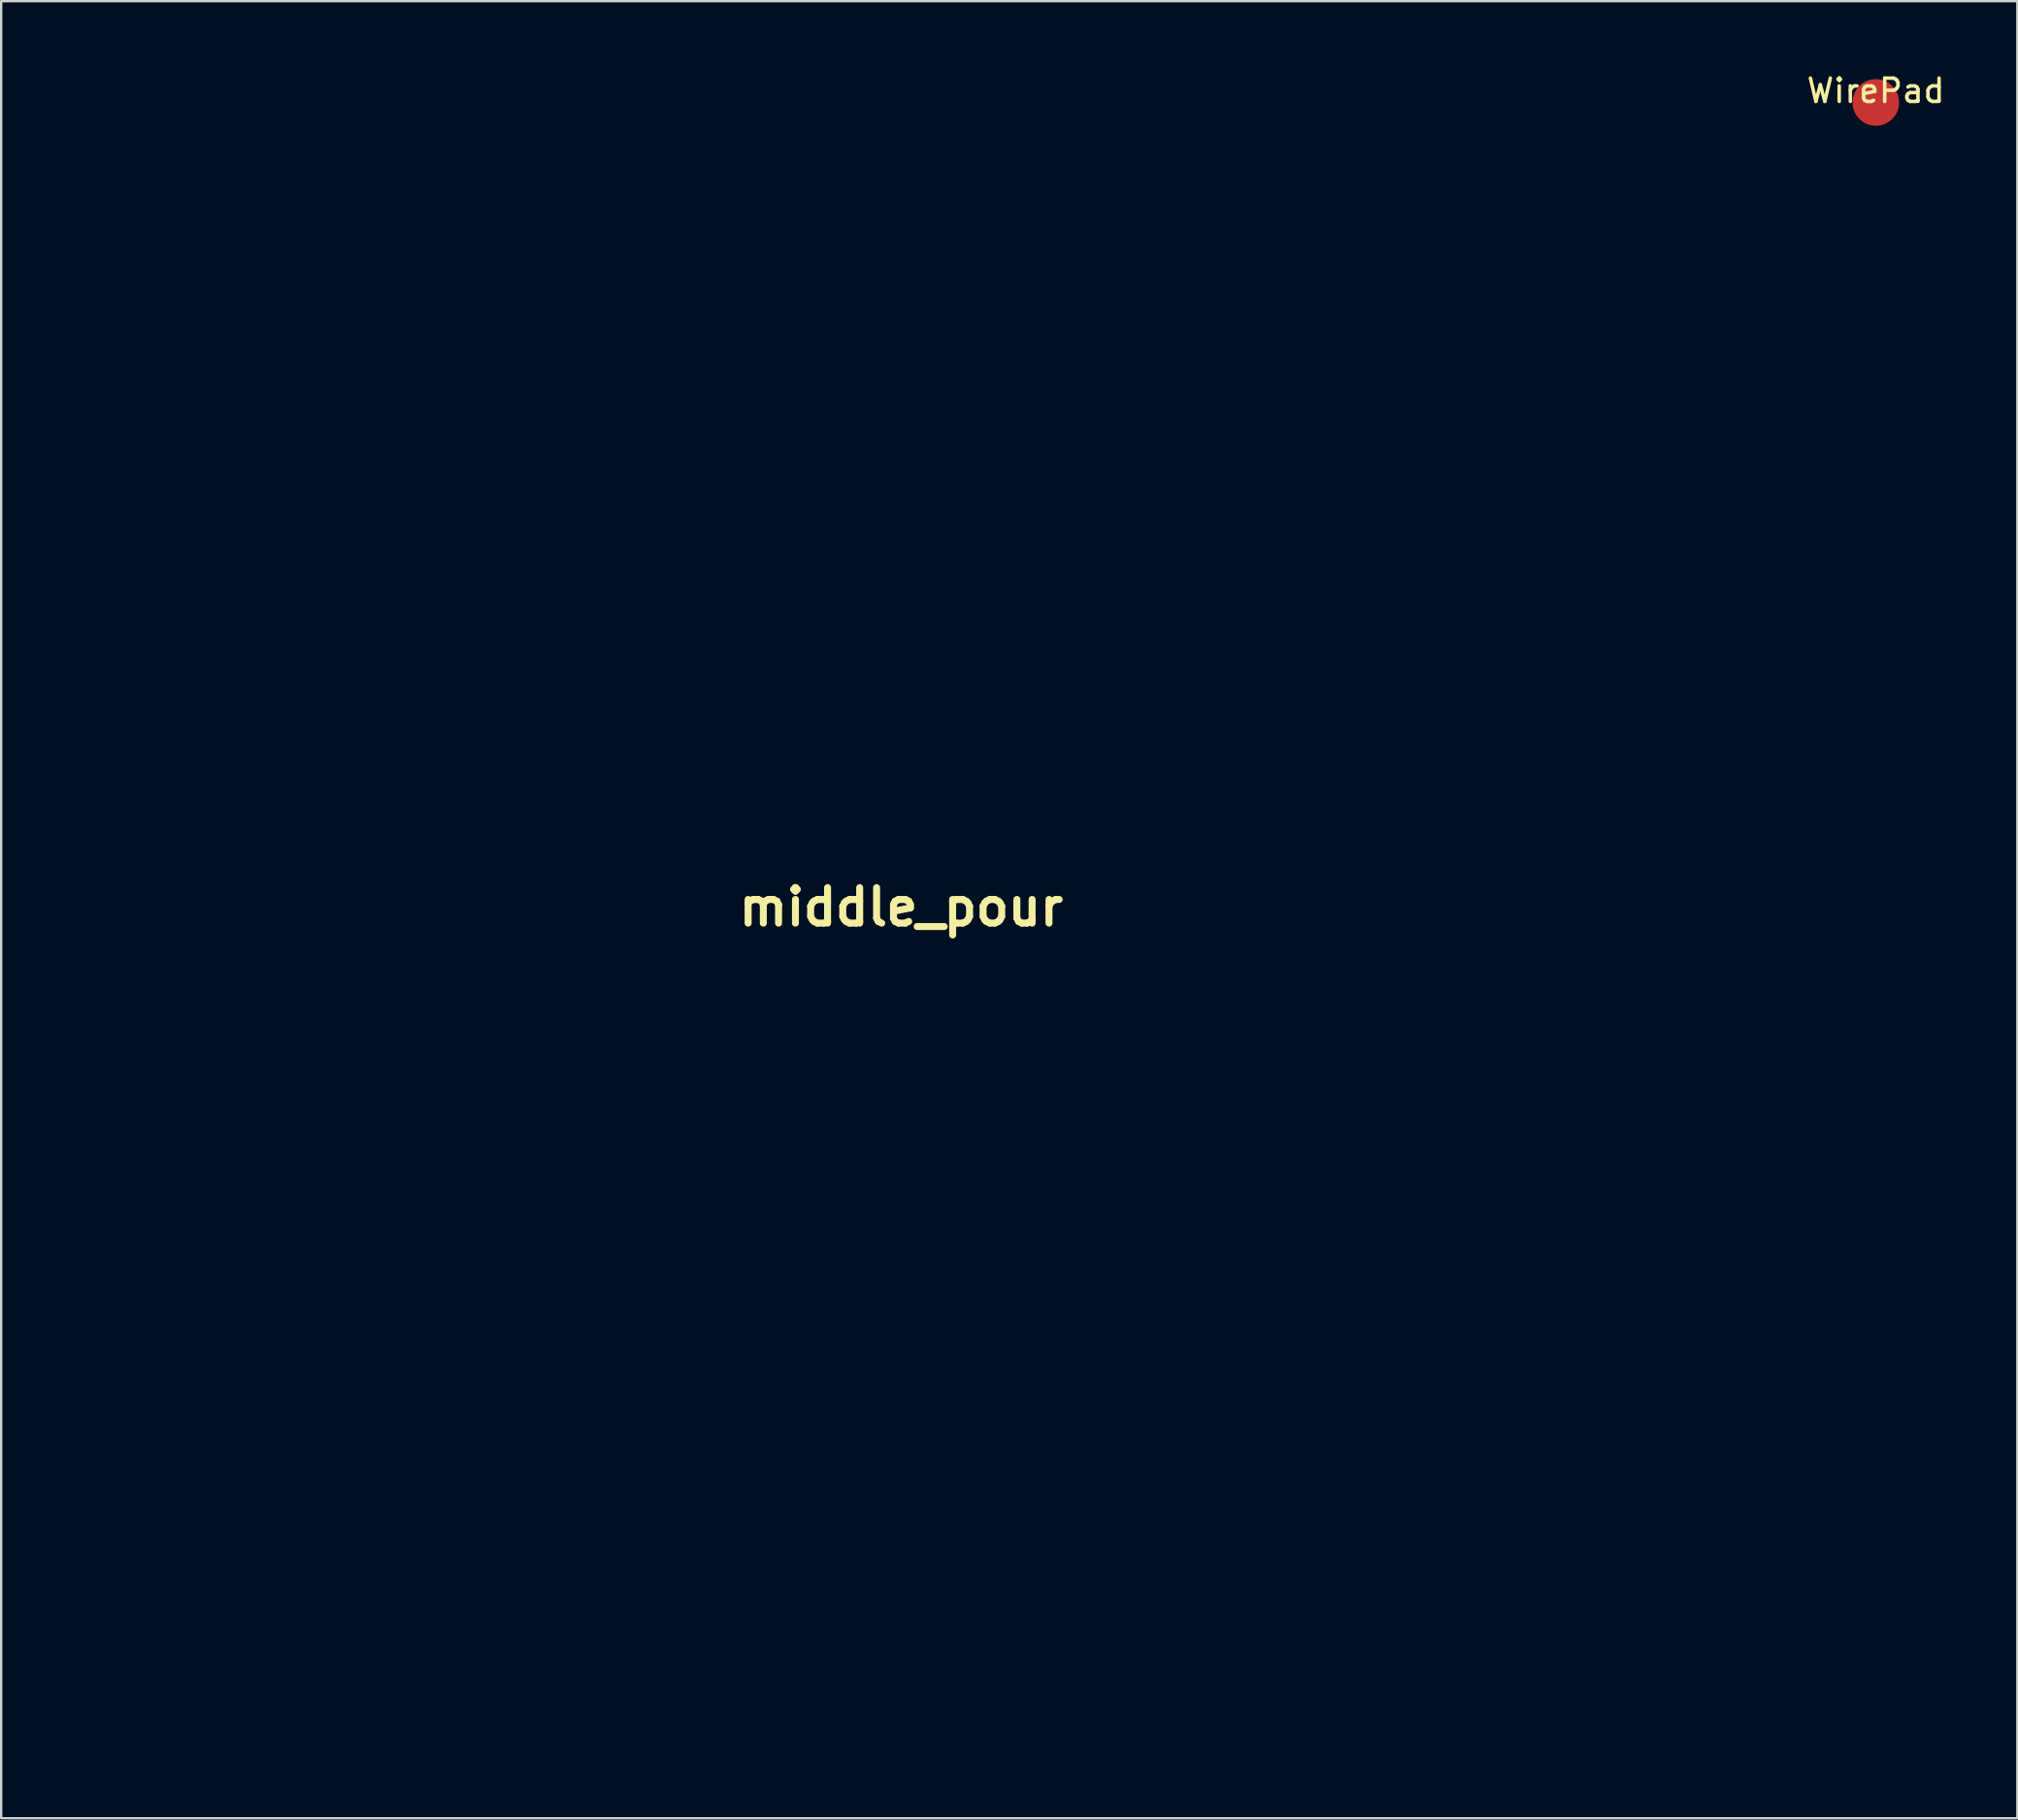
<source format=kicad_pcb>
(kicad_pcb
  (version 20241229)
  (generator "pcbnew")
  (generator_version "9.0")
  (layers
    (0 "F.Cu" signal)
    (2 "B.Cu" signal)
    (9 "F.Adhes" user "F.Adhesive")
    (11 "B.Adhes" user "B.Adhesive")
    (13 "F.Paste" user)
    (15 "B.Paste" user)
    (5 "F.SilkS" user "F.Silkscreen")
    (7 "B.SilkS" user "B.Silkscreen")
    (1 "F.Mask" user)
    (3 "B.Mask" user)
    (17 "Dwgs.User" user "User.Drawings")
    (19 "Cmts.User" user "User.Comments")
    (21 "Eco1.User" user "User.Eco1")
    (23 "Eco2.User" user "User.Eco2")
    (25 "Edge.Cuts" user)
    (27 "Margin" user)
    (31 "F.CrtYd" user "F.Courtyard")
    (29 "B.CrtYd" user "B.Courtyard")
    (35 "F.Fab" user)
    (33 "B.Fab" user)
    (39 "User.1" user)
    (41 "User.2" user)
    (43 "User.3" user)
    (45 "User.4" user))
  (footprint "middle_pour"
    (layer "F.Cu")
    (at 35.637 35.893)
    (property "Reference" "middle_pour" (at 0 0 0) (layer "F.SilkS") (effects (font (size 1.524 1.524) (thickness 0.3))))
    (attr board_only exclude_from_pos_files exclude_from_bom)
    (fp_poly (pts (xy -18.62 -30.132) (xy -18.572 -29.852) (xy -18.531 -29.142) (xy -18.498 -28.037) (xy -18.474 -26.573) (xy -18.46 -24.784) (xy -18.455 -22.707) (xy -18.461 -20.377) (xy -18.465 -19.56) (xy -18.526 -9.205) (xy -25.633 -9.205) (xy -27.448 -9.208) (xy -29.145 -9.219) (xy -30.66 -9.236) (xy -31.928 -9.257) (xy -32.881 -9.283) (xy -33.457 -9.311) (xy -33.553 -9.321) (xy -34.176 -9.513) (xy -34.438 -9.815) (xy -34.38 -10.316) (xy -34.107 -11.145) (xy -33.654 -12.237) (xy -33.053 -13.526) (xy -32.339 -14.945) (xy -31.545 -16.43) (xy -30.704 -17.912) (xy -29.851 -19.328) (xy -29.019 -20.611) (xy -28.695 -21.078) (xy -27.89 -22.129) (xy -26.917 -23.265) (xy -25.823 -24.442) (xy -24.659 -25.617) (xy -23.472 -26.746) (xy -22.311 -27.785) (xy -21.225 -28.691) (xy -20.262 -29.419) (xy -19.471 -29.927) (xy -18.9 -30.17)) (stroke (width 0) (type solid)) (fill yes) (layer "F.Mask"))
    (fp_poly (pts (xy 0.751 -35.83) (xy 2.851 -35.704) (xy 4.906 -35.52) (xy 6.817 -35.283) (xy 8.482 -35) (xy 9.256 -34.825) (xy 11.227 -34.265) (xy 13.077 -33.592) (xy 14.888 -32.761) (xy 16.745 -31.73) (xy 18.73 -30.456) (xy 20.926 -28.895) (xy 21.568 -28.417) (xy 23.954 -26.455) (xy 26.252 -24.24) (xy 28.367 -21.874) (xy 30.205 -19.462) (xy 31.399 -17.594) (xy 32.146 -16.228) (xy 32.609 -15.193) (xy 32.797 -14.461) (xy 32.721 -14.002) (xy 32.659 -13.924) (xy 32.413 -13.825) (xy 31.864 -13.739) (xy 30.979 -13.665) (xy 29.725 -13.599) (xy 28.07 -13.541) (xy 26.03 -13.488) (xy 24.32 -13.441) (xy 22.731 -13.383) (xy 21.333 -13.316) (xy 20.195 -13.246) (xy 19.386 -13.175) (xy 18.978 -13.109) (xy 18.394 -12.894) (xy 17.835 -12.625) (xy 17.243 -12.257) (xy 16.557 -11.747) (xy 15.72 -11.05) (xy 14.674 -10.122) (xy 13.358 -8.919) (xy 13.175 -8.751) (xy 9.502 -5.36) (xy 1.547 -5.393) (xy -0.433 -5.406) (xy -2.351 -5.428) (xy -4.134 -5.456) (xy -5.711 -5.49) (xy -7.009 -5.528) (xy -7.957 -5.569) (xy -8.329 -5.594) (xy -9.474 -5.731) (xy -10.303 -5.934) (xy -10.966 -6.241) (xy -11.147 -6.355) (xy -12.043 -6.948) (xy -12.192 -17.398) (xy -12.233 -20.742) (xy -12.252 -23.646) (xy -12.248 -26.133) (xy -12.221 -28.229) (xy -12.169 -29.958) (xy -12.092 -31.344) (xy -11.988 -32.412) (xy -11.856 -33.187) (xy -11.695 -33.694) (xy -11.506 -33.956) (xy -11.033 -34.196) (xy -10.223 -34.503) (xy -9.195 -34.841) (xy -8.065 -35.172) (xy -6.952 -35.461) (xy -6.085 -35.649) (xy -4.812 -35.808) (xy -3.182 -35.888) (xy -1.294 -35.893)) (stroke (width 0) (type solid)) (fill yes) (layer "F.Mask"))
    (fp_poly (pts (xy -26.734 -3.475) (xy -25.001 -3.448) (xy -23.288 -3.409) (xy -21.664 -3.36) (xy -20.202 -3.302) (xy -18.97 -3.236) (xy -18.039 -3.164) (xy -17.478 -3.088) (xy -17.383 -3.06) (xy -16.896 -2.778) (xy -16.195 -2.273) (xy -15.409 -1.64) (xy -15.169 -1.433) (xy -13.939 -0.407) (xy -12.905 0.327) (xy -11.967 0.832) (xy -11.069 1.159) (xy -10.582 1.239) (xy -9.694 1.324) (xy -8.471 1.409) (xy -6.976 1.49) (xy -5.277 1.563) (xy -3.495 1.622) (xy -1.767 1.677) (xy -0.18 1.737) (xy 1.204 1.799) (xy 2.321 1.859) (xy 3.108 1.915) (xy 3.503 1.963) (xy 3.526 1.97) (xy 3.639 2.088) (xy 3.738 2.362) (xy 3.822 2.816) (xy 3.892 3.477) (xy 3.949 4.371) (xy 3.993 5.524) (xy 4.026 6.962) (xy 4.047 8.711) (xy 4.057 10.798) (xy 4.057 13.249) (xy 4.047 16.089) (xy 4.028 19.344) (xy 4.003 22.778) (xy 3.898 36.119) (xy -0.206 36.095) (xy -1.698 36.07) (xy -3.171 36.014) (xy -4.503 35.936) (xy -5.571 35.842) (xy -6.059 35.776) (xy -9.808 34.909) (xy -13.505 33.596) (xy -17.103 31.855) (xy -20.153 29.983) (xy -21.714 28.808) (xy -23.408 27.34) (xy -25.127 25.686) (xy -26.767 23.951) (xy -28.223 22.242) (xy -29.389 20.666) (xy -29.422 20.616) (xy -31.499 17.139) (xy -33.132 13.622) (xy -34.339 10.005) (xy -35.139 6.228) (xy -35.552 2.233) (xy -35.591 1.374) (xy -35.637 -0.177) (xy -35.629 -1.326) (xy -35.534 -2.14) (xy -35.321 -2.683) (xy -34.956 -3.021) (xy -34.409 -3.218) (xy -33.646 -3.339) (xy -33.241 -3.384) (xy -32.462 -3.437) (xy -31.351 -3.471) (xy -29.979 -3.488) (xy -28.417 -3.489)) (stroke (width 0) (type solid)) (fill yes) (layer "F.Mask"))
    (fp_poly (pts (xy 32.907 -7.672) (xy 33.796 -7.624) (xy 34.428 -7.534) (xy 34.854 -7.393) (xy 35.128 -7.194) (xy 35.301 -6.927) (xy 35.425 -6.585) (xy 35.464 -6.457) (xy 35.573 -5.826) (xy 35.659 -4.817) (xy 35.72 -3.515) (xy 35.757 -2.009) (xy 35.77 -0.384) (xy 35.76 1.272) (xy 35.725 2.873) (xy 35.667 4.333) (xy 35.585 5.563) (xy 35.48 6.477) (xy 35.451 6.641) (xy 35.01 8.504) (xy 34.389 10.591) (xy 33.648 12.726) (xy 32.845 14.733) (xy 32.381 15.754) (xy 30.943 18.434) (xy 29.243 21.049) (xy 27.348 23.519) (xy 25.325 25.762) (xy 23.242 27.697) (xy 21.391 29.094) (xy 20.425 29.723) (xy 19.769 30.101) (xy 19.355 30.254) (xy 19.117 30.206) (xy 18.995 30.002) (xy 18.948 29.659) (xy 18.898 28.961) (xy 18.852 28.022) (xy 18.826 27.264) (xy 18.745 25.829) (xy 18.599 24.76) (xy 18.407 24.127) (xy 17.725 23.267) (xy 16.697 22.628) (xy 15.414 22.265) (xy 15.274 22.245) (xy 14.066 22.006) (xy 13.236 21.605) (xy 12.706 20.98) (xy 12.399 20.073) (xy 12.384 19.998) (xy 12.327 19.482) (xy 12.27 18.562) (xy 12.215 17.298) (xy 12.165 15.752) (xy 12.12 13.984) (xy 12.084 12.056) (xy 12.059 10.047) (xy 11.973 1.336) (xy 13.268 0.509) (xy 13.851 0.08) (xy 14.683 -0.611) (xy 15.685 -1.494) (xy 16.778 -2.5) (xy 17.827 -3.503) (xy 18.891 -4.525) (xy 19.898 -5.458) (xy 20.779 -6.243) (xy 21.468 -6.819) (xy 21.897 -7.127) (xy 21.905 -7.131) (xy 22.214 -7.275) (xy 22.588 -7.386) (xy 23.091 -7.47) (xy 23.787 -7.533) (xy 24.74 -7.579) (xy 26.015 -7.614) (xy 27.675 -7.643) (xy 28.174 -7.651) (xy 30.148 -7.677) (xy 31.708 -7.687)) (stroke (width 0) (type solid)) (fill yes) (layer "F.Mask")))
  (footprint "WirePad"
    (layer "F.Cu")
    (at 77.485 1.348)
    (property "Reference" "WirePad" (at 0 -0.5 0) (unlocked yes) (layer "F.SilkS") (effects (font (size 1 1) (thickness 0.15))))
    (attr smd)
    (pad "1" smd circle (at 0 0) (size 2 2) (layers "F.Cu" "F.Mask" "F.Paste")))
  (gr_rect
    (start -3 -3)
    (end 83.562 75.012)
    (stroke (width 0.1) (type default))
    (fill no)
    (layer "Edge.Cuts")))
</source>
